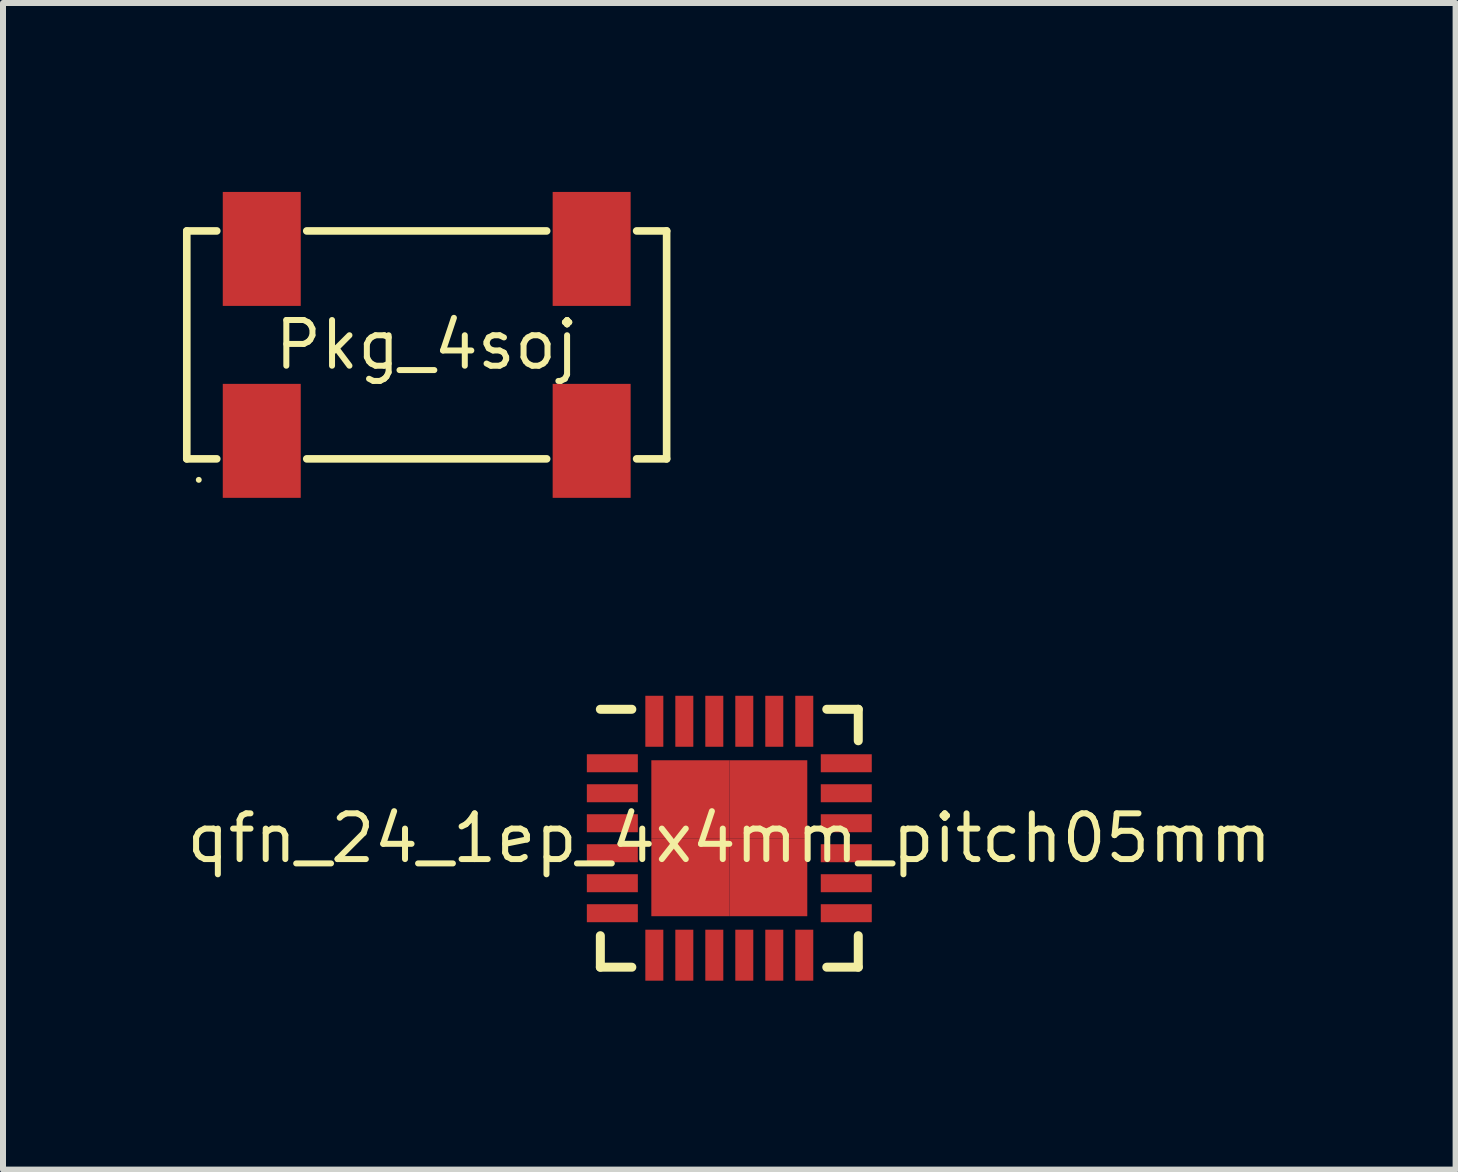
<source format=kicad_pcb>
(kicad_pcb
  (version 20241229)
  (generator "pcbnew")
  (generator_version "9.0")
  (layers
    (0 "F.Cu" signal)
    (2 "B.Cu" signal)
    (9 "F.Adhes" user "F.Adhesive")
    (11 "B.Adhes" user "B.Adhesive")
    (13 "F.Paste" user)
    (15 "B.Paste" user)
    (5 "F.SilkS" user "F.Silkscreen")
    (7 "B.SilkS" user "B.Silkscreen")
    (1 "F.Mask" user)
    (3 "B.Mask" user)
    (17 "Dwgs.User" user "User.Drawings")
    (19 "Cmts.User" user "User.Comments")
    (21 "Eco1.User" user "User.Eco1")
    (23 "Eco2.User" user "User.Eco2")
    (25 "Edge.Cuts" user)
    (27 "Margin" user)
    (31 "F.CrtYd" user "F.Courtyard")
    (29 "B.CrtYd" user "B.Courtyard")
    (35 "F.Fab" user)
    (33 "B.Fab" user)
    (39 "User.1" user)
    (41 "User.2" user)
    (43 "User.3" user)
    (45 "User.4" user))
  (footprint "Pkg_4soj"
    (layer "F.Cu")
    (at 4.064 2.7)
    (property "Reference" "Pkg_4soj" (at 0 0 0) (layer "F.SilkS") (effects (font (size 0.762 0.762) (thickness 0.1))))
    (attr through_hole)
    (fp_poly (pts (xy -3.55 -0.5) (xy -1.95 -0.5) (xy -1.95 -2.7) (xy -3.55 -2.7)) (stroke (width 0) (type solid)) (fill yes) (layer "F.Mask"))
    (fp_poly (pts (xy -3.55 2.7) (xy -1.95 2.7) (xy -1.95 0.5) (xy -3.55 0.5)) (stroke (width 0) (type solid)) (fill yes) (layer "F.Mask"))
    (fp_poly (pts (xy 1.95 -0.5) (xy 3.55 -0.5) (xy 3.55 -2.7) (xy 1.95 -2.7)) (stroke (width 0) (type solid)) (fill yes) (layer "F.Mask"))
    (fp_poly (pts (xy 1.95 2.7) (xy 3.55 2.7) (xy 3.55 0.5) (xy 1.95 0.5)) (stroke (width 0) (type solid)) (fill yes) (layer "F.Mask"))
    (fp_line (start -4 -1.9) (end -3.5 -1.9) (stroke (width 0.127) (type solid)) (layer "F.SilkS"))
    (fp_line (start -4 1.9) (end -4 -1.9) (stroke (width 0.127) (type solid)) (layer "F.SilkS"))
    (fp_line (start -3.5 1.9) (end -4 1.9) (stroke (width 0.127) (type solid)) (layer "F.SilkS"))
    (fp_line (start -2 -1.9) (end 2 -1.9) (stroke (width 0.127) (type solid)) (layer "F.SilkS"))
    (fp_line (start 2 1.9) (end -2 1.9) (stroke (width 0.127) (type solid)) (layer "F.SilkS"))
    (fp_line (start 3.5 -1.9) (end 4 -1.9) (stroke (width 0.127) (type solid)) (layer "F.SilkS"))
    (fp_line (start 4 -1.9) (end 4 1.9) (stroke (width 0.127) (type solid)) (layer "F.SilkS"))
    (fp_line (start 4 1.9) (end 3.5 1.9) (stroke (width 0.127) (type solid)) (layer "F.SilkS"))
    (fp_poly (pts (xy -3.751 2.25) (xy -3.752 2.24) (xy -3.755 2.231) (xy -3.759 2.223) (xy -3.765 2.215) (xy -3.773 2.209) (xy -3.781 2.205) (xy -3.79 2.202) (xy -3.8 2.201) (xy -3.81 2.202) (xy -3.819 2.205) (xy -3.827 2.209) (xy -3.835 2.215) (xy -3.841 2.223) (xy -3.845 2.231) (xy -3.848 2.24) (xy -3.849 2.25) (xy -3.848 2.26) (xy -3.845 2.269) (xy -3.841 2.277) (xy -3.835 2.285) (xy -3.827 2.291) (xy -3.819 2.295) (xy -3.81 2.298) (xy -3.8 2.299) (xy -3.79 2.298) (xy -3.781 2.295) (xy -3.773 2.291) (xy -3.765 2.285) (xy -3.759 2.277) (xy -3.755 2.269) (xy -3.752 2.26)) (stroke (width 0) (type solid)) (fill yes) (layer "F.SilkS"))
    (pad "1" smd rect (at -2.75 1.6) (size 1.3 1.9) (layers "F.Cu" "F.Paste"))
    (pad "2" smd rect (at 2.75 1.6) (size 1.3 1.9) (layers "F.Cu" "F.Paste"))
    (pad "3" smd rect (at -2.75 -1.6) (size 1.3 1.9) (layers "F.Cu" "F.Paste"))
    (pad "4" smd rect (at 2.75 -1.6) (size 1.3 1.9) (layers "F.Cu" "F.Paste")))
  (footprint "qfn_24_1ep_4x4mm_pitch05mm"
    (layer "F.Cu")
    (at 9.109 10.925)
    (property "Reference" "qfn_24_1ep_4x4mm_pitch05mm" (at 0 0 0) (layer "F.SilkS") (effects (font (size 0.762 0.762) (thickness 0.1))))
    (attr through_hole)
    (fp_poly (pts (xy -2.525 -0.95) (xy -1.375 -0.95) (xy -1.375 -1.55) (xy -2.525 -1.55)) (stroke (width 0) (type solid)) (fill yes) (layer "F.Mask"))
    (fp_poly (pts (xy -2.525 -0.45) (xy -1.375 -0.45) (xy -1.375 -1.05) (xy -2.525 -1.05)) (stroke (width 0) (type solid)) (fill yes) (layer "F.Mask"))
    (fp_poly (pts (xy -2.525 0.05) (xy -1.375 0.05) (xy -1.375 -0.55) (xy -2.525 -0.55)) (stroke (width 0) (type solid)) (fill yes) (layer "F.Mask"))
    (fp_poly (pts (xy -2.525 0.55) (xy -1.375 0.55) (xy -1.375 -0.05) (xy -2.525 -0.05)) (stroke (width 0) (type solid)) (fill yes) (layer "F.Mask"))
    (fp_poly (pts (xy -2.525 1.05) (xy -1.375 1.05) (xy -1.375 0.45) (xy -2.525 0.45)) (stroke (width 0) (type solid)) (fill yes) (layer "F.Mask"))
    (fp_poly (pts (xy -2.525 1.55) (xy -1.375 1.55) (xy -1.375 0.95) (xy -2.525 0.95)) (stroke (width 0) (type solid)) (fill yes) (layer "F.Mask"))
    (fp_poly (pts (xy -1.45 0.15) (xy 0.15 0.15) (xy 0.15 -1.45) (xy -1.45 -1.45)) (stroke (width 0) (type solid)) (fill yes) (layer "F.Mask"))
    (fp_poly (pts (xy -1.45 1.45) (xy 0.15 1.45) (xy 0.15 -0.15) (xy -1.45 -0.15)) (stroke (width 0) (type solid)) (fill yes) (layer "F.Mask"))
    (fp_poly (pts (xy -0.95 -1.375) (xy -0.95 -2.525) (xy -1.55 -2.525) (xy -1.55 -1.375)) (stroke (width 0) (type solid)) (fill yes) (layer "F.Mask"))
    (fp_poly (pts (xy -0.95 2.525) (xy -0.95 1.375) (xy -1.55 1.375) (xy -1.55 2.525)) (stroke (width 0) (type solid)) (fill yes) (layer "F.Mask"))
    (fp_poly (pts (xy -0.45 -1.375) (xy -0.45 -2.525) (xy -1.05 -2.525) (xy -1.05 -1.375)) (stroke (width 0) (type solid)) (fill yes) (layer "F.Mask"))
    (fp_poly (pts (xy -0.45 2.525) (xy -0.45 1.375) (xy -1.05 1.375) (xy -1.05 2.525)) (stroke (width 0) (type solid)) (fill yes) (layer "F.Mask"))
    (fp_poly (pts (xy -0.15 0.15) (xy 1.45 0.15) (xy 1.45 -1.45) (xy -0.15 -1.45)) (stroke (width 0) (type solid)) (fill yes) (layer "F.Mask"))
    (fp_poly (pts (xy -0.15 1.45) (xy 1.45 1.45) (xy 1.45 -0.15) (xy -0.15 -0.15)) (stroke (width 0) (type solid)) (fill yes) (layer "F.Mask"))
    (fp_poly (pts (xy 0.05 -1.375) (xy 0.05 -2.525) (xy -0.55 -2.525) (xy -0.55 -1.375)) (stroke (width 0) (type solid)) (fill yes) (layer "F.Mask"))
    (fp_poly (pts (xy 0.05 2.525) (xy 0.05 1.375) (xy -0.55 1.375) (xy -0.55 2.525)) (stroke (width 0) (type solid)) (fill yes) (layer "F.Mask"))
    (fp_poly (pts (xy 0.55 -1.375) (xy 0.55 -2.525) (xy -0.05 -2.525) (xy -0.05 -1.375)) (stroke (width 0) (type solid)) (fill yes) (layer "F.Mask"))
    (fp_poly (pts (xy 0.55 2.525) (xy 0.55 1.375) (xy -0.05 1.375) (xy -0.05 2.525)) (stroke (width 0) (type solid)) (fill yes) (layer "F.Mask"))
    (fp_poly (pts (xy 1.05 -1.375) (xy 1.05 -2.525) (xy 0.45 -2.525) (xy 0.45 -1.375)) (stroke (width 0) (type solid)) (fill yes) (layer "F.Mask"))
    (fp_poly (pts (xy 1.05 2.525) (xy 1.05 1.375) (xy 0.45 1.375) (xy 0.45 2.525)) (stroke (width 0) (type solid)) (fill yes) (layer "F.Mask"))
    (fp_poly (pts (xy 1.375 -0.95) (xy 2.525 -0.95) (xy 2.525 -1.55) (xy 1.375 -1.55)) (stroke (width 0) (type solid)) (fill yes) (layer "F.Mask"))
    (fp_poly (pts (xy 1.375 -0.45) (xy 2.525 -0.45) (xy 2.525 -1.05) (xy 1.375 -1.05)) (stroke (width 0) (type solid)) (fill yes) (layer "F.Mask"))
    (fp_poly (pts (xy 1.375 0.05) (xy 2.525 0.05) (xy 2.525 -0.55) (xy 1.375 -0.55)) (stroke (width 0) (type solid)) (fill yes) (layer "F.Mask"))
    (fp_poly (pts (xy 1.375 0.55) (xy 2.525 0.55) (xy 2.525 -0.05) (xy 1.375 -0.05)) (stroke (width 0) (type solid)) (fill yes) (layer "F.Mask"))
    (fp_poly (pts (xy 1.375 1.05) (xy 2.525 1.05) (xy 2.525 0.45) (xy 1.375 0.45)) (stroke (width 0) (type solid)) (fill yes) (layer "F.Mask"))
    (fp_poly (pts (xy 1.375 1.55) (xy 2.525 1.55) (xy 2.525 0.95) (xy 1.375 0.95)) (stroke (width 0) (type solid)) (fill yes) (layer "F.Mask"))
    (fp_poly (pts (xy 1.55 -1.375) (xy 1.55 -2.525) (xy 0.95 -2.525) (xy 0.95 -1.375)) (stroke (width 0) (type solid)) (fill yes) (layer "F.Mask"))
    (fp_poly (pts (xy 1.55 2.525) (xy 1.55 1.375) (xy 0.95 1.375) (xy 0.95 2.525)) (stroke (width 0) (type solid)) (fill yes) (layer "F.Mask"))
    (fp_line (start -2.15 -2.15) (end -1.625 -2.15) (stroke (width 0.15) (type solid)) (layer "F.SilkS"))
    (fp_line (start -2.15 2.15) (end -2.15 1.625) (stroke (width 0.15) (type solid)) (layer "F.SilkS"))
    (fp_line (start -2.15 2.15) (end -1.625 2.15) (stroke (width 0.15) (type solid)) (layer "F.SilkS"))
    (fp_line (start 2.15 -2.15) (end 1.625 -2.15) (stroke (width 0.15) (type solid)) (layer "F.SilkS"))
    (fp_line (start 2.15 -2.15) (end 2.15 -1.625) (stroke (width 0.15) (type solid)) (layer "F.SilkS"))
    (fp_line (start 2.15 2.15) (end 1.625 2.15) (stroke (width 0.15) (type solid)) (layer "F.SilkS"))
    (fp_line (start 2.15 2.15) (end 2.15 1.625) (stroke (width 0.15) (type solid)) (layer "F.SilkS"))
    (pad "1" smd rect (at -1.95 -1.25) (size 0.85 0.3) (layers "F.Cu" "F.Paste"))
    (pad "2" smd rect (at -1.95 -0.75) (size 0.85 0.3) (layers "F.Cu" "F.Paste"))
    (pad "3" smd rect (at -1.95 -0.25) (size 0.85 0.3) (layers "F.Cu" "F.Paste"))
    (pad "4" smd rect (at -1.95 0.25) (size 0.85 0.3) (layers "F.Cu" "F.Paste"))
    (pad "5" smd rect (at -1.95 0.75) (size 0.85 0.3) (layers "F.Cu" "F.Paste"))
    (pad "6" smd rect (at -1.95 1.25) (size 0.85 0.3) (layers "F.Cu" "F.Paste"))
    (pad "7" smd rect (at -1.25 1.95 90) (size 0.85 0.3) (layers "F.Cu" "F.Paste"))
    (pad "8" smd rect (at -0.75 1.95 90) (size 0.85 0.3) (layers "F.Cu" "F.Paste"))
    (pad "9" smd rect (at -0.25 1.95 90) (size 0.85 0.3) (layers "F.Cu" "F.Paste"))
    (pad "10" smd rect (at 0.25 1.95 90) (size 0.85 0.3) (layers "F.Cu" "F.Paste"))
    (pad "11" smd rect (at 0.75 1.95 90) (size 0.85 0.3) (layers "F.Cu" "F.Paste"))
    (pad "12" smd rect (at 1.25 1.95 90) (size 0.85 0.3) (layers "F.Cu" "F.Paste"))
    (pad "13" smd rect (at 1.95 1.25) (size 0.85 0.3) (layers "F.Cu" "F.Paste"))
    (pad "14" smd rect (at 1.95 0.75) (size 0.85 0.3) (layers "F.Cu" "F.Paste"))
    (pad "15" smd rect (at 1.95 0.25) (size 0.85 0.3) (layers "F.Cu" "F.Paste"))
    (pad "16" smd rect (at 1.95 -0.25) (size 0.85 0.3) (layers "F.Cu" "F.Paste"))
    (pad "17" smd rect (at 1.95 -0.75) (size 0.85 0.3) (layers "F.Cu" "F.Paste"))
    (pad "18" smd rect (at 1.95 -1.25) (size 0.85 0.3) (layers "F.Cu" "F.Paste"))
    (pad "19" smd rect (at 1.25 -1.95 90) (size 0.85 0.3) (layers "F.Cu" "F.Paste"))
    (pad "20" smd rect (at 0.75 -1.95 90) (size 0.85 0.3) (layers "F.Cu" "F.Paste"))
    (pad "21" smd rect (at 0.25 -1.95 90) (size 0.85 0.3) (layers "F.Cu" "F.Paste"))
    (pad "22" smd rect (at -0.25 -1.95 90) (size 0.85 0.3) (layers "F.Cu" "F.Paste"))
    (pad "23" smd rect (at -0.75 -1.95 90) (size 0.85 0.3) (layers "F.Cu" "F.Paste"))
    (pad "24" smd rect (at -1.25 -1.95 90) (size 0.85 0.3) (layers "F.Cu" "F.Paste"))
    (pad "25" smd rect (at 0.65 0.65) (size 1.3 1.3) (layers "F.Cu" "F.Paste"))
    (pad "26" smd rect (at -0.65 0.65) (size 1.3 1.3) (layers "F.Cu" "F.Paste"))
    (pad "27" smd rect (at 0.65 -0.65) (size 1.3 1.3) (layers "F.Cu" "F.Paste"))
    (pad "GND" smd rect (at -0.65 -0.65) (size 1.3 1.3) (layers "F.Cu" "F.Paste")))
  (gr_rect
    (start -3 -3)
    (end 21.218 16.45)
    (stroke (width 0.1) (type default))
    (fill no)
    (layer "Edge.Cuts")))
</source>
